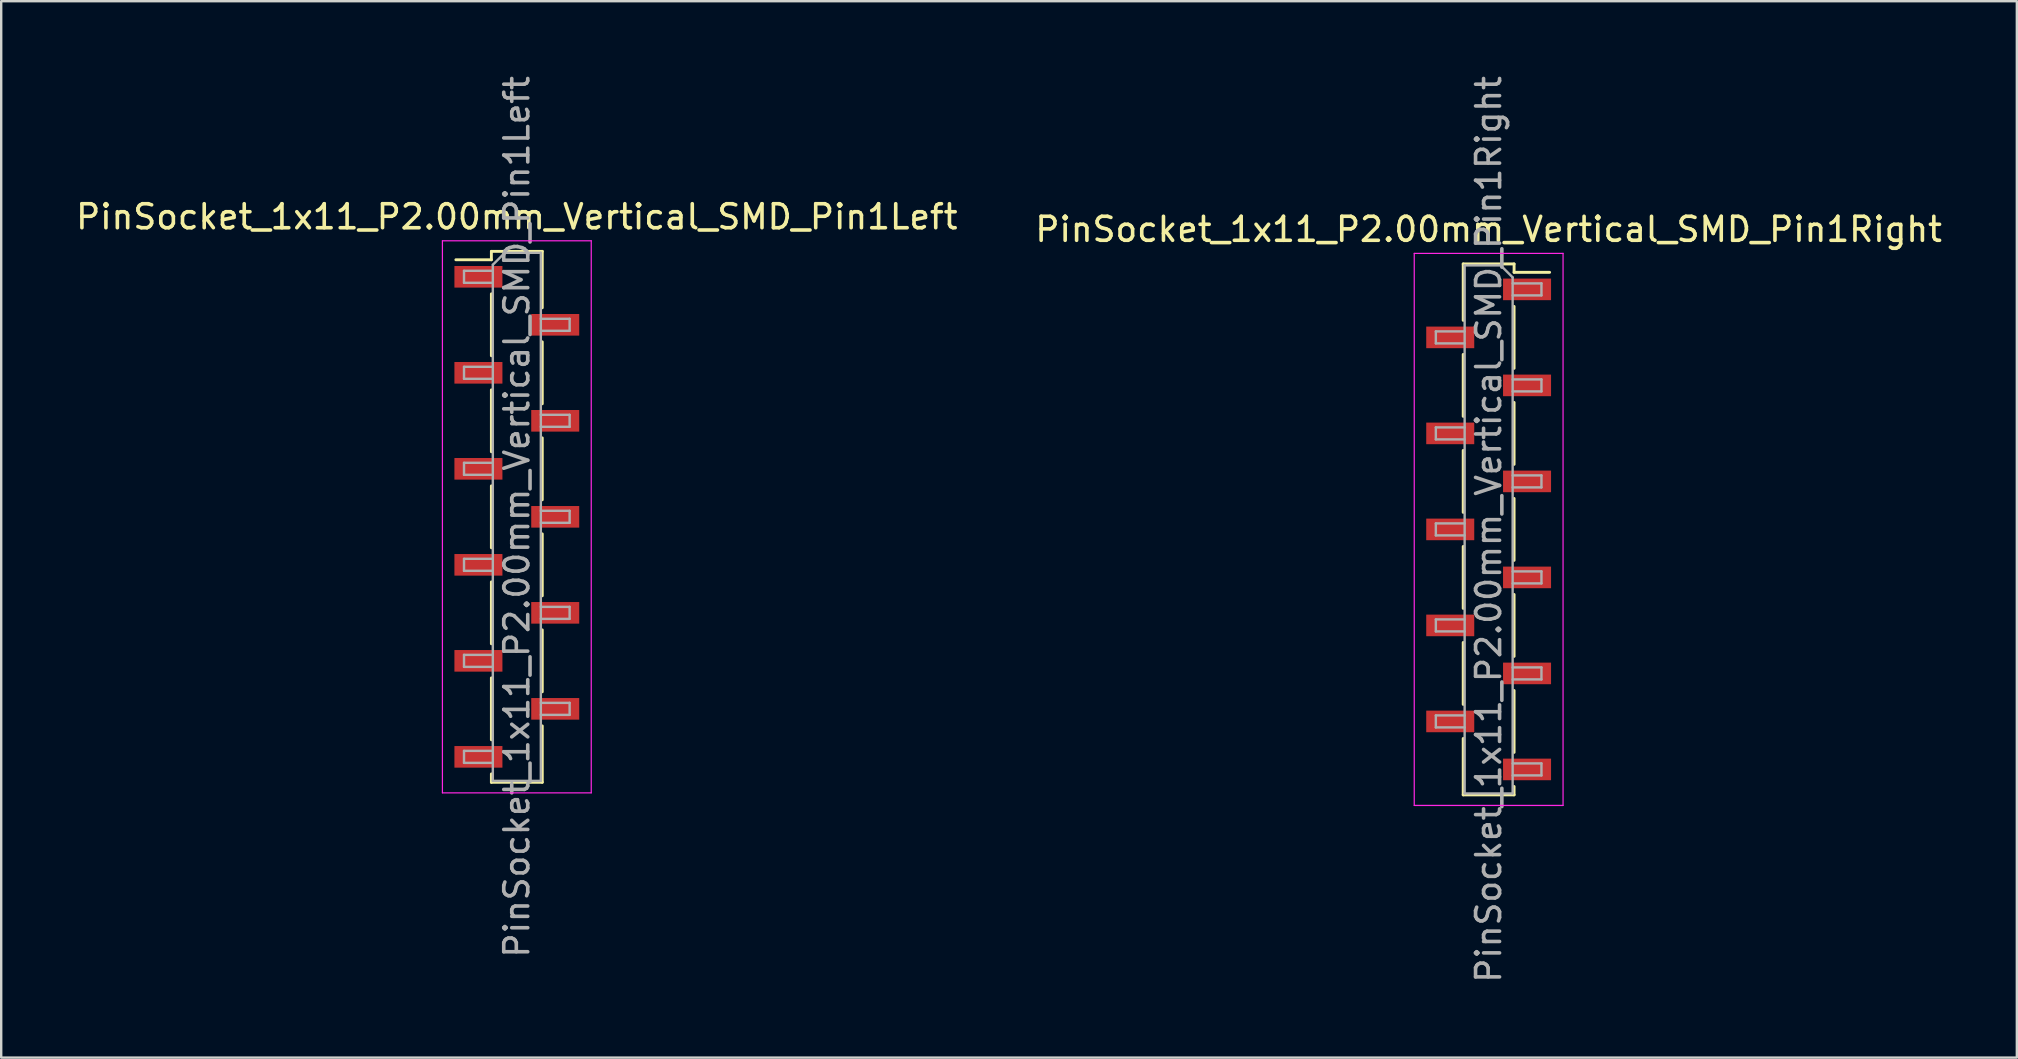
<source format=kicad_pcb>
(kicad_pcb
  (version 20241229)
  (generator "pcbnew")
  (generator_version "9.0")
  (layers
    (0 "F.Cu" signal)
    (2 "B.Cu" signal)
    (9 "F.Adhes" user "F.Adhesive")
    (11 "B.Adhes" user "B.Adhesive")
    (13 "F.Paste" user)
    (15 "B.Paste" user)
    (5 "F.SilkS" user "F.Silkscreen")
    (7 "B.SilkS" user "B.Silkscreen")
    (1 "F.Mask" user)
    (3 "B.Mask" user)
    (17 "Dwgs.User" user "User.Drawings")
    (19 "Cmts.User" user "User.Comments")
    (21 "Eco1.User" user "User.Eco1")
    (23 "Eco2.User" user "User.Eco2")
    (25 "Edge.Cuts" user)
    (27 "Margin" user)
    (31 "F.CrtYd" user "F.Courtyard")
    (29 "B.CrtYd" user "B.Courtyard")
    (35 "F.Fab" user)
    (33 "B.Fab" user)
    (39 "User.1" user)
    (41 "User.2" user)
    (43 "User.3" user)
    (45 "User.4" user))
  (footprint "PinSocket_1x11_P2.00mm_Vertical_SMD_Pin1Left"
    (layer "F.Cu")
    (at 18.482 18.482)
    (property "Reference" "PinSocket_1x11_P2.00mm_Vertical_SMD_Pin1Left" (at 0 -12.5 0) (layer "F.SilkS") (effects (font (size 1 1) (thickness 0.15))))
    (attr smd)
    (fp_line (start -2.54 -10.71) (end -1.06 -10.71) (stroke (width 0.12) (type solid)) (layer "F.SilkS"))
    (fp_line (start -1.06 -11.06) (end -1.06 -10.71) (stroke (width 0.12) (type solid)) (layer "F.SilkS"))
    (fp_line (start -1.06 -11.06) (end 1.06 -11.06) (stroke (width 0.12) (type solid)) (layer "F.SilkS"))
    (fp_line (start -1.06 -9.29) (end -1.06 -6.71) (stroke (width 0.12) (type solid)) (layer "F.SilkS"))
    (fp_line (start -1.06 -5.29) (end -1.06 -2.71) (stroke (width 0.12) (type solid)) (layer "F.SilkS"))
    (fp_line (start -1.06 -1.29) (end -1.06 1.29) (stroke (width 0.12) (type solid)) (layer "F.SilkS"))
    (fp_line (start -1.06 2.71) (end -1.06 5.29) (stroke (width 0.12) (type solid)) (layer "F.SilkS"))
    (fp_line (start -1.06 6.71) (end -1.06 9.29) (stroke (width 0.12) (type solid)) (layer "F.SilkS"))
    (fp_line (start -1.06 10.71) (end -1.06 11.06) (stroke (width 0.12) (type solid)) (layer "F.SilkS"))
    (fp_line (start -1.06 11.06) (end 1.06 11.06) (stroke (width 0.12) (type solid)) (layer "F.SilkS"))
    (fp_line (start 1.06 -11.06) (end 1.06 -8.71) (stroke (width 0.12) (type solid)) (layer "F.SilkS"))
    (fp_line (start 1.06 -7.29) (end 1.06 -4.71) (stroke (width 0.12) (type solid)) (layer "F.SilkS"))
    (fp_line (start 1.06 -3.29) (end 1.06 -0.71) (stroke (width 0.12) (type solid)) (layer "F.SilkS"))
    (fp_line (start 1.06 0.71) (end 1.06 3.29) (stroke (width 0.12) (type solid)) (layer "F.SilkS"))
    (fp_line (start 1.06 4.71) (end 1.06 7.29) (stroke (width 0.12) (type solid)) (layer "F.SilkS"))
    (fp_line (start 1.06 8.71) (end 1.06 11.06) (stroke (width 0.12) (type solid)) (layer "F.SilkS"))
    (fp_line (start -3.1 -11.5) (end 3.1 -11.5) (stroke (width 0.05) (type solid)) (layer "F.CrtYd"))
    (fp_line (start -3.1 11.5) (end -3.1 -11.5) (stroke (width 0.05) (type solid)) (layer "F.CrtYd"))
    (fp_line (start 3.1 -11.5) (end 3.1 11.5) (stroke (width 0.05) (type solid)) (layer "F.CrtYd"))
    (fp_line (start 3.1 11.5) (end -3.1 11.5) (stroke (width 0.05) (type solid)) (layer "F.CrtYd"))
    (fp_line (start -2.2 -10.25) (end -1 -10.25) (stroke (width 0.1) (type solid)) (layer "F.Fab"))
    (fp_line (start -2.2 -9.75) (end -2.2 -10.25) (stroke (width 0.1) (type solid)) (layer "F.Fab"))
    (fp_line (start -2.2 -6.25) (end -1 -6.25) (stroke (width 0.1) (type solid)) (layer "F.Fab"))
    (fp_line (start -2.2 -5.75) (end -2.2 -6.25) (stroke (width 0.1) (type solid)) (layer "F.Fab"))
    (fp_line (start -2.2 -2.25) (end -1 -2.25) (stroke (width 0.1) (type solid)) (layer "F.Fab"))
    (fp_line (start -2.2 -1.75) (end -2.2 -2.25) (stroke (width 0.1) (type solid)) (layer "F.Fab"))
    (fp_line (start -2.2 1.75) (end -1 1.75) (stroke (width 0.1) (type solid)) (layer "F.Fab"))
    (fp_line (start -2.2 2.25) (end -2.2 1.75) (stroke (width 0.1) (type solid)) (layer "F.Fab"))
    (fp_line (start -2.2 5.75) (end -1 5.75) (stroke (width 0.1) (type solid)) (layer "F.Fab"))
    (fp_line (start -2.2 6.25) (end -2.2 5.75) (stroke (width 0.1) (type solid)) (layer "F.Fab"))
    (fp_line (start -2.2 9.75) (end -1 9.75) (stroke (width 0.1) (type solid)) (layer "F.Fab"))
    (fp_line (start -2.2 10.25) (end -2.2 9.75) (stroke (width 0.1) (type solid)) (layer "F.Fab"))
    (fp_line (start -1 -10.5) (end -0.5 -11) (stroke (width 0.1) (type solid)) (layer "F.Fab"))
    (fp_line (start -1 -9.75) (end -2.2 -9.75) (stroke (width 0.1) (type solid)) (layer "F.Fab"))
    (fp_line (start -1 -5.75) (end -2.2 -5.75) (stroke (width 0.1) (type solid)) (layer "F.Fab"))
    (fp_line (start -1 -1.75) (end -2.2 -1.75) (stroke (width 0.1) (type solid)) (layer "F.Fab"))
    (fp_line (start -1 2.25) (end -2.2 2.25) (stroke (width 0.1) (type solid)) (layer "F.Fab"))
    (fp_line (start -1 6.25) (end -2.2 6.25) (stroke (width 0.1) (type solid)) (layer "F.Fab"))
    (fp_line (start -1 10.25) (end -2.2 10.25) (stroke (width 0.1) (type solid)) (layer "F.Fab"))
    (fp_line (start -1 11) (end -1 -10.5) (stroke (width 0.1) (type solid)) (layer "F.Fab"))
    (fp_line (start -0.5 -11) (end 1 -11) (stroke (width 0.1) (type solid)) (layer "F.Fab"))
    (fp_line (start 1 -11) (end 1 11) (stroke (width 0.1) (type solid)) (layer "F.Fab"))
    (fp_line (start 1 -8.25) (end 2.2 -8.25) (stroke (width 0.1) (type solid)) (layer "F.Fab"))
    (fp_line (start 1 -4.25) (end 2.2 -4.25) (stroke (width 0.1) (type solid)) (layer "F.Fab"))
    (fp_line (start 1 -0.25) (end 2.2 -0.25) (stroke (width 0.1) (type solid)) (layer "F.Fab"))
    (fp_line (start 1 3.75) (end 2.2 3.75) (stroke (width 0.1) (type solid)) (layer "F.Fab"))
    (fp_line (start 1 7.75) (end 2.2 7.75) (stroke (width 0.1) (type solid)) (layer "F.Fab"))
    (fp_line (start 1 11) (end -1 11) (stroke (width 0.1) (type solid)) (layer "F.Fab"))
    (fp_line (start 2.2 -8.25) (end 2.2 -7.75) (stroke (width 0.1) (type solid)) (layer "F.Fab"))
    (fp_line (start 2.2 -7.75) (end 1 -7.75) (stroke (width 0.1) (type solid)) (layer "F.Fab"))
    (fp_line (start 2.2 -4.25) (end 2.2 -3.75) (stroke (width 0.1) (type solid)) (layer "F.Fab"))
    (fp_line (start 2.2 -3.75) (end 1 -3.75) (stroke (width 0.1) (type solid)) (layer "F.Fab"))
    (fp_line (start 2.2 -0.25) (end 2.2 0.25) (stroke (width 0.1) (type solid)) (layer "F.Fab"))
    (fp_line (start 2.2 0.25) (end 1 0.25) (stroke (width 0.1) (type solid)) (layer "F.Fab"))
    (fp_line (start 2.2 3.75) (end 2.2 4.25) (stroke (width 0.1) (type solid)) (layer "F.Fab"))
    (fp_line (start 2.2 4.25) (end 1 4.25) (stroke (width 0.1) (type solid)) (layer "F.Fab"))
    (fp_line (start 2.2 7.75) (end 2.2 8.25) (stroke (width 0.1) (type solid)) (layer "F.Fab"))
    (fp_line (start 2.2 8.25) (end 1 8.25) (stroke (width 0.1) (type solid)) (layer "F.Fab"))
    (fp_text user "${REFERENCE}" (at 0 0 90) (layer "F.Fab") (effects (font (size 1 1) (thickness 0.15))))
    (pad "1" smd rect (at -1.6 -10) (size 2 0.9) (layers "F.Cu" "F.Mask" "F.Paste"))
    (pad "2" smd rect (at 1.6 -8) (size 2 0.9) (layers "F.Cu" "F.Mask" "F.Paste"))
    (pad "3" smd rect (at -1.6 -6) (size 2 0.9) (layers "F.Cu" "F.Mask" "F.Paste"))
    (pad "4" smd rect (at 1.6 -4) (size 2 0.9) (layers "F.Cu" "F.Mask" "F.Paste"))
    (pad "5" smd rect (at -1.6 -2) (size 2 0.9) (layers "F.Cu" "F.Mask" "F.Paste"))
    (pad "6" smd rect (at 1.6 0) (size 2 0.9) (layers "F.Cu" "F.Mask" "F.Paste"))
    (pad "7" smd rect (at -1.6 2) (size 2 0.9) (layers "F.Cu" "F.Mask" "F.Paste"))
    (pad "8" smd rect (at 1.6 4) (size 2 0.9) (layers "F.Cu" "F.Mask" "F.Paste"))
    (pad "9" smd rect (at -1.6 6) (size 2 0.9) (layers "F.Cu" "F.Mask" "F.Paste"))
    (pad "10" smd rect (at 1.6 8) (size 2 0.9) (layers "F.Cu" "F.Mask" "F.Paste"))
    (pad "11" smd rect (at -1.6 10) (size 2 0.9) (layers "F.Cu" "F.Mask" "F.Paste")))
  (footprint "PinSocket_1x11_P2.00mm_Vertical_SMD_Pin1Right"
    (layer "F.Cu")
    (at 58.97 19.006)
    (property "Reference" "PinSocket_1x11_P2.00mm_Vertical_SMD_Pin1Right" (at 0 -12.5 0) (layer "F.SilkS") (effects (font (size 1 1) (thickness 0.15))))
    (attr smd)
    (fp_line (start -1.06 -11.06) (end -1.06 -8.71) (stroke (width 0.12) (type solid)) (layer "F.SilkS"))
    (fp_line (start -1.06 -11.06) (end 1.06 -11.06) (stroke (width 0.12) (type solid)) (layer "F.SilkS"))
    (fp_line (start -1.06 -7.29) (end -1.06 -4.71) (stroke (width 0.12) (type solid)) (layer "F.SilkS"))
    (fp_line (start -1.06 -3.29) (end -1.06 -0.71) (stroke (width 0.12) (type solid)) (layer "F.SilkS"))
    (fp_line (start -1.06 0.71) (end -1.06 3.29) (stroke (width 0.12) (type solid)) (layer "F.SilkS"))
    (fp_line (start -1.06 4.71) (end -1.06 7.29) (stroke (width 0.12) (type solid)) (layer "F.SilkS"))
    (fp_line (start -1.06 8.71) (end -1.06 11.06) (stroke (width 0.12) (type solid)) (layer "F.SilkS"))
    (fp_line (start -1.06 11.06) (end 1.06 11.06) (stroke (width 0.12) (type solid)) (layer "F.SilkS"))
    (fp_line (start 1.06 -11.06) (end 1.06 -10.71) (stroke (width 0.12) (type solid)) (layer "F.SilkS"))
    (fp_line (start 1.06 -10.71) (end 2.54 -10.71) (stroke (width 0.12) (type solid)) (layer "F.SilkS"))
    (fp_line (start 1.06 -9.29) (end 1.06 -6.71) (stroke (width 0.12) (type solid)) (layer "F.SilkS"))
    (fp_line (start 1.06 -5.29) (end 1.06 -2.71) (stroke (width 0.12) (type solid)) (layer "F.SilkS"))
    (fp_line (start 1.06 -1.29) (end 1.06 1.29) (stroke (width 0.12) (type solid)) (layer "F.SilkS"))
    (fp_line (start 1.06 2.71) (end 1.06 5.29) (stroke (width 0.12) (type solid)) (layer "F.SilkS"))
    (fp_line (start 1.06 6.71) (end 1.06 9.29) (stroke (width 0.12) (type solid)) (layer "F.SilkS"))
    (fp_line (start 1.06 10.71) (end 1.06 11.06) (stroke (width 0.12) (type solid)) (layer "F.SilkS"))
    (fp_line (start -3.1 -11.5) (end 3.1 -11.5) (stroke (width 0.05) (type solid)) (layer "F.CrtYd"))
    (fp_line (start -3.1 11.5) (end -3.1 -11.5) (stroke (width 0.05) (type solid)) (layer "F.CrtYd"))
    (fp_line (start 3.1 -11.5) (end 3.1 11.5) (stroke (width 0.05) (type solid)) (layer "F.CrtYd"))
    (fp_line (start 3.1 11.5) (end -3.1 11.5) (stroke (width 0.05) (type solid)) (layer "F.CrtYd"))
    (fp_line (start -2.2 -8.25) (end -1 -8.25) (stroke (width 0.1) (type solid)) (layer "F.Fab"))
    (fp_line (start -2.2 -7.75) (end -2.2 -8.25) (stroke (width 0.1) (type solid)) (layer "F.Fab"))
    (fp_line (start -2.2 -4.25) (end -1 -4.25) (stroke (width 0.1) (type solid)) (layer "F.Fab"))
    (fp_line (start -2.2 -3.75) (end -2.2 -4.25) (stroke (width 0.1) (type solid)) (layer "F.Fab"))
    (fp_line (start -2.2 -0.25) (end -1 -0.25) (stroke (width 0.1) (type solid)) (layer "F.Fab"))
    (fp_line (start -2.2 0.25) (end -2.2 -0.25) (stroke (width 0.1) (type solid)) (layer "F.Fab"))
    (fp_line (start -2.2 3.75) (end -1 3.75) (stroke (width 0.1) (type solid)) (layer "F.Fab"))
    (fp_line (start -2.2 4.25) (end -2.2 3.75) (stroke (width 0.1) (type solid)) (layer "F.Fab"))
    (fp_line (start -2.2 7.75) (end -1 7.75) (stroke (width 0.1) (type solid)) (layer "F.Fab"))
    (fp_line (start -2.2 8.25) (end -2.2 7.75) (stroke (width 0.1) (type solid)) (layer "F.Fab"))
    (fp_line (start -1 -11) (end 0.5 -11) (stroke (width 0.1) (type solid)) (layer "F.Fab"))
    (fp_line (start -1 -7.75) (end -2.2 -7.75) (stroke (width 0.1) (type solid)) (layer "F.Fab"))
    (fp_line (start -1 -3.75) (end -2.2 -3.75) (stroke (width 0.1) (type solid)) (layer "F.Fab"))
    (fp_line (start -1 0.25) (end -2.2 0.25) (stroke (width 0.1) (type solid)) (layer "F.Fab"))
    (fp_line (start -1 4.25) (end -2.2 4.25) (stroke (width 0.1) (type solid)) (layer "F.Fab"))
    (fp_line (start -1 8.25) (end -2.2 8.25) (stroke (width 0.1) (type solid)) (layer "F.Fab"))
    (fp_line (start -1 11) (end -1 -11) (stroke (width 0.1) (type solid)) (layer "F.Fab"))
    (fp_line (start 0.5 -11) (end 1 -10.5) (stroke (width 0.1) (type solid)) (layer "F.Fab"))
    (fp_line (start 1 -10.5) (end 1 11) (stroke (width 0.1) (type solid)) (layer "F.Fab"))
    (fp_line (start 1 -10.25) (end 2.2 -10.25) (stroke (width 0.1) (type solid)) (layer "F.Fab"))
    (fp_line (start 1 -6.25) (end 2.2 -6.25) (stroke (width 0.1) (type solid)) (layer "F.Fab"))
    (fp_line (start 1 -2.25) (end 2.2 -2.25) (stroke (width 0.1) (type solid)) (layer "F.Fab"))
    (fp_line (start 1 1.75) (end 2.2 1.75) (stroke (width 0.1) (type solid)) (layer "F.Fab"))
    (fp_line (start 1 5.75) (end 2.2 5.75) (stroke (width 0.1) (type solid)) (layer "F.Fab"))
    (fp_line (start 1 9.75) (end 2.2 9.75) (stroke (width 0.1) (type solid)) (layer "F.Fab"))
    (fp_line (start 1 11) (end -1 11) (stroke (width 0.1) (type solid)) (layer "F.Fab"))
    (fp_line (start 2.2 -10.25) (end 2.2 -9.75) (stroke (width 0.1) (type solid)) (layer "F.Fab"))
    (fp_line (start 2.2 -9.75) (end 1 -9.75) (stroke (width 0.1) (type solid)) (layer "F.Fab"))
    (fp_line (start 2.2 -6.25) (end 2.2 -5.75) (stroke (width 0.1) (type solid)) (layer "F.Fab"))
    (fp_line (start 2.2 -5.75) (end 1 -5.75) (stroke (width 0.1) (type solid)) (layer "F.Fab"))
    (fp_line (start 2.2 -2.25) (end 2.2 -1.75) (stroke (width 0.1) (type solid)) (layer "F.Fab"))
    (fp_line (start 2.2 -1.75) (end 1 -1.75) (stroke (width 0.1) (type solid)) (layer "F.Fab"))
    (fp_line (start 2.2 1.75) (end 2.2 2.25) (stroke (width 0.1) (type solid)) (layer "F.Fab"))
    (fp_line (start 2.2 2.25) (end 1 2.25) (stroke (width 0.1) (type solid)) (layer "F.Fab"))
    (fp_line (start 2.2 5.75) (end 2.2 6.25) (stroke (width 0.1) (type solid)) (layer "F.Fab"))
    (fp_line (start 2.2 6.25) (end 1 6.25) (stroke (width 0.1) (type solid)) (layer "F.Fab"))
    (fp_line (start 2.2 9.75) (end 2.2 10.25) (stroke (width 0.1) (type solid)) (layer "F.Fab"))
    (fp_line (start 2.2 10.25) (end 1 10.25) (stroke (width 0.1) (type solid)) (layer "F.Fab"))
    (fp_text user "${REFERENCE}" (at 0 0 90) (layer "F.Fab") (effects (font (size 1 1) (thickness 0.15))))
    (pad "1" smd rect (at 1.6 -10) (size 2 0.9) (layers "F.Cu" "F.Mask" "F.Paste"))
    (pad "2" smd rect (at -1.6 -8) (size 2 0.9) (layers "F.Cu" "F.Mask" "F.Paste"))
    (pad "3" smd rect (at 1.6 -6) (size 2 0.9) (layers "F.Cu" "F.Mask" "F.Paste"))
    (pad "4" smd rect (at -1.6 -4) (size 2 0.9) (layers "F.Cu" "F.Mask" "F.Paste"))
    (pad "5" smd rect (at 1.6 -2) (size 2 0.9) (layers "F.Cu" "F.Mask" "F.Paste"))
    (pad "6" smd rect (at -1.6 0) (size 2 0.9) (layers "F.Cu" "F.Mask" "F.Paste"))
    (pad "7" smd rect (at 1.6 2) (size 2 0.9) (layers "F.Cu" "F.Mask" "F.Paste"))
    (pad "8" smd rect (at -1.6 4) (size 2 0.9) (layers "F.Cu" "F.Mask" "F.Paste"))
    (pad "9" smd rect (at 1.6 6) (size 2 0.9) (layers "F.Cu" "F.Mask" "F.Paste"))
    (pad "10" smd rect (at -1.6 8) (size 2 0.9) (layers "F.Cu" "F.Mask" "F.Paste"))
    (pad "11" smd rect (at 1.6 10) (size 2 0.9) (layers "F.Cu" "F.Mask" "F.Paste")))
  (gr_rect
    (start -3 -3)
    (end 80.976 41.012)
    (stroke (width 0.1) (type default))
    (fill no)
    (layer "Edge.Cuts")))
</source>
